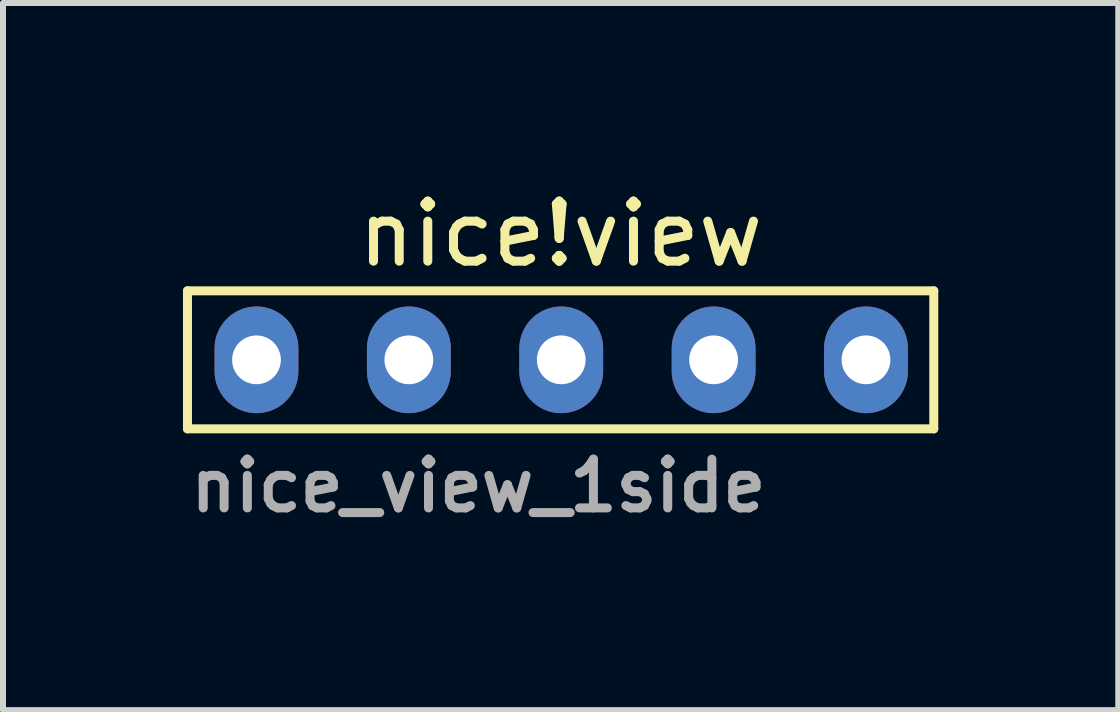
<source format=kicad_pcb>
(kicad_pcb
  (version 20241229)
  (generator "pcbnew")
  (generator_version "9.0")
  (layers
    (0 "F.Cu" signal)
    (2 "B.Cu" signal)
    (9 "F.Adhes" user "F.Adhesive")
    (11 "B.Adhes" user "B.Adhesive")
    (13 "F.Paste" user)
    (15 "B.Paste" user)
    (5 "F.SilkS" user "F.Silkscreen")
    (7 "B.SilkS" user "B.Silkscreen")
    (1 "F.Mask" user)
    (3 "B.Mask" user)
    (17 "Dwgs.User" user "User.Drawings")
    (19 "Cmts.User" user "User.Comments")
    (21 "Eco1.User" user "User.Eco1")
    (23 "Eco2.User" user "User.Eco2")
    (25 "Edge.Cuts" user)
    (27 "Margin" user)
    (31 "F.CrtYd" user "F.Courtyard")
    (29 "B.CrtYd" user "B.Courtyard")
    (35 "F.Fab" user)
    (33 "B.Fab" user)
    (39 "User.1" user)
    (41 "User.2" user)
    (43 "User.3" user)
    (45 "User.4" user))
  (footprint "nice_view_1side"
    (layer "F.Cu")
    (at 1.225 2.948)
    (property "Reference" "nice_view_1side" (at 3.7 2.1 180) (layer "F.Fab") (effects (font (size 0.813 0.813) (thickness 0.15))))
    (attr through_hole)
    (fp_line (start -1.15 -1.15) (end 11.29 -1.15) (stroke (width 0.15) (type solid)) (layer "F.SilkS"))
    (fp_line (start -1.15 1.15) (end -1.15 -1.15) (stroke (width 0.15) (type solid)) (layer "F.SilkS"))
    (fp_line (start -1.15 1.15) (end 11.29 1.15) (stroke (width 0.15) (type solid)) (layer "F.SilkS"))
    (fp_line (start 11.29 -1.15) (end 11.29 1.15) (stroke (width 0.15) (type solid)) (layer "F.SilkS"))
    (fp_text user "nice!view" (at 5.07 -2.1 0) (layer "F.SilkS") (effects (font (size 1 1) (thickness 0.15))))
    (pad "1" thru_hole oval (at 0 0) (size 1.397 1.778) (drill 0.813) (layers "*.Cu" "B.Mask"))
    (pad "2" thru_hole oval (at 2.54 0) (size 1.397 1.778) (drill 0.813) (layers "*.Cu" "B.Mask"))
    (pad "3" thru_hole oval (at 5.08 0) (size 1.397 1.778) (drill 0.813) (layers "*.Cu" "B.Mask"))
    (pad "4" thru_hole oval (at 7.62 0) (size 1.397 1.778) (drill 0.813) (layers "*.Cu" "B.Mask"))
    (pad "5" thru_hole oval (at 10.16 0) (size 1.397 1.778) (drill 0.813) (layers "*.Cu" "B.Mask")))
  (gr_rect
    (start -3 -3)
    (end 15.59 8.787)
    (stroke (width 0.1) (type default))
    (fill no)
    (layer "Edge.Cuts")))
</source>
